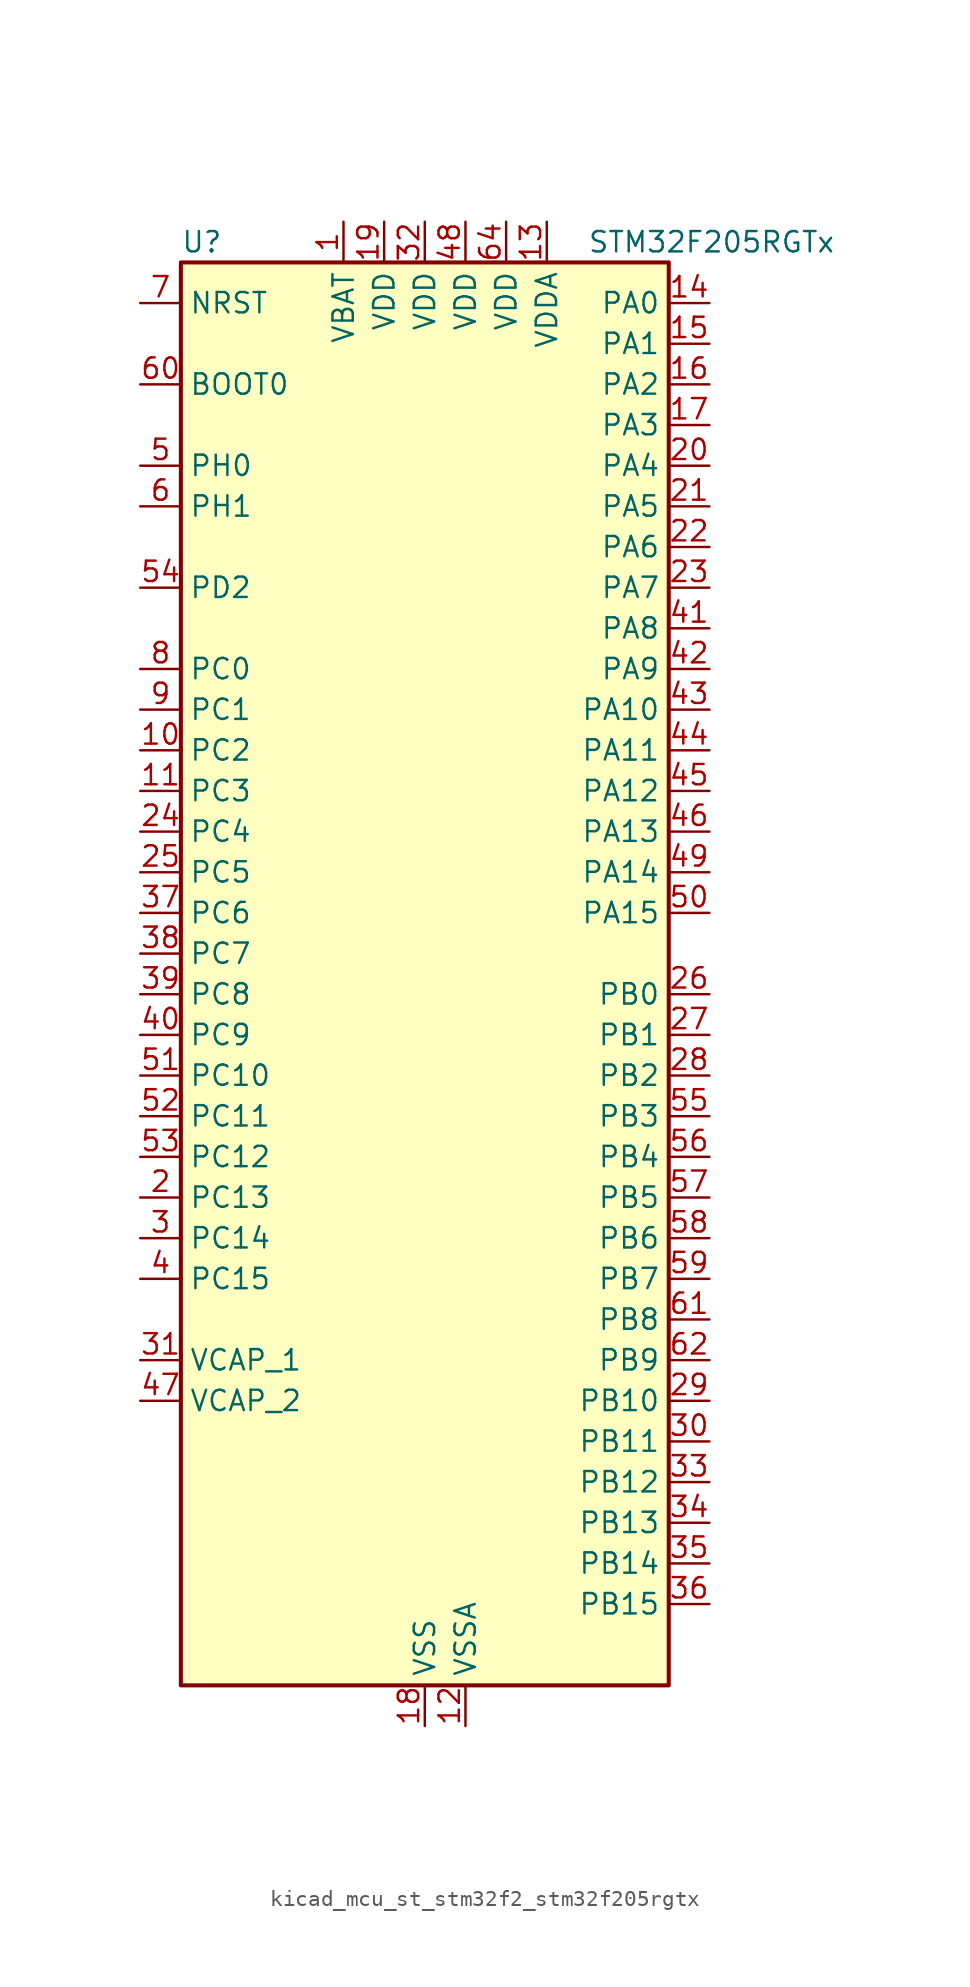
<source format=kicad_sym>
(kicad_symbol_lib
  (version 20220914)
  (generator kicad_symbol_editor)
  (symbol "kicad_mcu_st_stm32f2_stm32f205rgtx"
    (property "Reference" "U"
      (at -15.24 46.99 0)
      (effects (font (size 1.27 1.27)) (justify left)))
    (property "Value" "STM32F205RGTx"
      (at 10.16 46.99 0)
      (effects (font (size 1.27 1.27)) (justify left)))
    (property "ki_locked" ""
      (at 0 0 0)
      (effects (font (size 1.27 1.27))))
    (symbol "kicad_mcu_st_stm32f2_stm32f205rgtx_0_1"
      (rectangle (start -15.24 -43.18) (end 15.24 45.72) (stroke (width 0.254) (type default)) (fill (type background))))
    (symbol "kicad_mcu_st_stm32f2_stm32f205rgtx_1_1"
      (pin power_in line (at -5.08 48.26 270) (length 2.54) (name "VBAT" (effects (font (size 1.27 1.27)))) (number "1" (effects (font (size 1.27 1.27)))))
      (pin bidirectional line (at -17.78 15.24 0) (length 2.54) (name "PC2" (effects (font (size 1.27 1.27)))) (number "10" (effects (font (size 1.27 1.27)))) (alternate "ADC1_IN12" bidirectional line) (alternate "ADC2_IN12" bidirectional line) (alternate "ADC3_IN12" bidirectional line) (alternate "SPI2_MISO" bidirectional line) (alternate "USB_OTG_HS_ULPI_DIR" bidirectional line))
      (pin bidirectional line (at -17.78 12.7 0) (length 2.54) (name "PC3" (effects (font (size 1.27 1.27)))) (number "11" (effects (font (size 1.27 1.27)))) (alternate "ADC1_IN13" bidirectional line) (alternate "ADC2_IN13" bidirectional line) (alternate "ADC3_IN13" bidirectional line) (alternate "I2S2_SD" bidirectional line) (alternate "SPI2_MOSI" bidirectional line) (alternate "USB_OTG_HS_ULPI_NXT" bidirectional line))
      (pin power_in line (at 2.54 -45.72 90) (length 2.54) (name "VSSA" (effects (font (size 1.27 1.27)))) (number "12" (effects (font (size 1.27 1.27)))))
      (pin power_in line (at 7.62 48.26 270) (length 2.54) (name "VDDA" (effects (font (size 1.27 1.27)))) (number "13" (effects (font (size 1.27 1.27)))))
      (pin bidirectional line (at 17.78 43.18 180) (length 2.54) (name "PA0" (effects (font (size 1.27 1.27)))) (number "14" (effects (font (size 1.27 1.27)))) (alternate "ADC1_IN0" bidirectional line) (alternate "ADC2_IN0" bidirectional line) (alternate "ADC3_IN0" bidirectional line) (alternate "SYS_WKUP" bidirectional line) (alternate "TIM2_CH1" bidirectional line) (alternate "TIM2_ETR" bidirectional line) (alternate "TIM5_CH1" bidirectional line) (alternate "TIM8_ETR" bidirectional line) (alternate "UART4_TX" bidirectional line) (alternate "USART2_CTS" bidirectional line))
      (pin bidirectional line (at 17.78 40.64 180) (length 2.54) (name "PA1" (effects (font (size 1.27 1.27)))) (number "15" (effects (font (size 1.27 1.27)))) (alternate "ADC1_IN1" bidirectional line) (alternate "ADC2_IN1" bidirectional line) (alternate "ADC3_IN1" bidirectional line) (alternate "TIM2_CH2" bidirectional line) (alternate "TIM5_CH2" bidirectional line) (alternate "UART4_RX" bidirectional line) (alternate "USART2_RTS" bidirectional line))
      (pin bidirectional line (at 17.78 38.1 180) (length 2.54) (name "PA2" (effects (font (size 1.27 1.27)))) (number "16" (effects (font (size 1.27 1.27)))) (alternate "ADC1_IN2" bidirectional line) (alternate "ADC2_IN2" bidirectional line) (alternate "ADC3_IN2" bidirectional line) (alternate "TIM2_CH3" bidirectional line) (alternate "TIM5_CH3" bidirectional line) (alternate "TIM9_CH1" bidirectional line) (alternate "USART2_TX" bidirectional line))
      (pin bidirectional line (at 17.78 35.56 180) (length 2.54) (name "PA3" (effects (font (size 1.27 1.27)))) (number "17" (effects (font (size 1.27 1.27)))) (alternate "ADC1_IN3" bidirectional line) (alternate "ADC2_IN3" bidirectional line) (alternate "ADC3_IN3" bidirectional line) (alternate "TIM2_CH4" bidirectional line) (alternate "TIM5_CH4" bidirectional line) (alternate "TIM9_CH2" bidirectional line) (alternate "USART2_RX" bidirectional line) (alternate "USB_OTG_HS_ULPI_D0" bidirectional line))
      (pin power_in line (at 0 -45.72 90) (length 2.54) (name "VSS" (effects (font (size 1.27 1.27)))) (number "18" (effects (font (size 1.27 1.27)))))
      (pin power_in line (at -2.54 48.26 270) (length 2.54) (name "VDD" (effects (font (size 1.27 1.27)))) (number "19" (effects (font (size 1.27 1.27)))))
      (pin bidirectional line (at -17.78 -12.7 0) (length 2.54) (name "PC13" (effects (font (size 1.27 1.27)))) (number "2" (effects (font (size 1.27 1.27)))) (alternate "RTC_AF1" bidirectional line))
      (pin bidirectional line (at 17.78 33.02 180) (length 2.54) (name "PA4" (effects (font (size 1.27 1.27)))) (number "20" (effects (font (size 1.27 1.27)))) (alternate "ADC1_IN4" bidirectional line) (alternate "ADC2_IN4" bidirectional line) (alternate "DAC_OUT1" bidirectional line) (alternate "I2S3_WS" bidirectional line) (alternate "SPI1_NSS" bidirectional line) (alternate "SPI3_NSS" bidirectional line) (alternate "USART2_CK" bidirectional line) (alternate "USB_OTG_HS_SOF" bidirectional line))
      (pin bidirectional line (at 17.78 30.48 180) (length 2.54) (name "PA5" (effects (font (size 1.27 1.27)))) (number "21" (effects (font (size 1.27 1.27)))) (alternate "ADC1_IN5" bidirectional line) (alternate "ADC2_IN5" bidirectional line) (alternate "DAC_OUT2" bidirectional line) (alternate "SPI1_SCK" bidirectional line) (alternate "TIM2_CH1" bidirectional line) (alternate "TIM2_ETR" bidirectional line) (alternate "TIM8_CH1N" bidirectional line) (alternate "USB_OTG_HS_ULPI_CK" bidirectional line))
      (pin bidirectional line (at 17.78 27.94 180) (length 2.54) (name "PA6" (effects (font (size 1.27 1.27)))) (number "22" (effects (font (size 1.27 1.27)))) (alternate "ADC1_IN6" bidirectional line) (alternate "ADC2_IN6" bidirectional line) (alternate "SPI1_MISO" bidirectional line) (alternate "TIM13_CH1" bidirectional line) (alternate "TIM1_BKIN" bidirectional line) (alternate "TIM3_CH1" bidirectional line) (alternate "TIM8_BKIN" bidirectional line))
      (pin bidirectional line (at 17.78 25.4 180) (length 2.54) (name "PA7" (effects (font (size 1.27 1.27)))) (number "23" (effects (font (size 1.27 1.27)))) (alternate "ADC1_IN7" bidirectional line) (alternate "ADC2_IN7" bidirectional line) (alternate "SPI1_MOSI" bidirectional line) (alternate "TIM14_CH1" bidirectional line) (alternate "TIM1_CH1N" bidirectional line) (alternate "TIM3_CH2" bidirectional line) (alternate "TIM8_CH1N" bidirectional line))
      (pin bidirectional line (at -17.78 10.16 0) (length 2.54) (name "PC4" (effects (font (size 1.27 1.27)))) (number "24" (effects (font (size 1.27 1.27)))) (alternate "ADC1_IN14" bidirectional line) (alternate "ADC2_IN14" bidirectional line))
      (pin bidirectional line (at -17.78 7.62 0) (length 2.54) (name "PC5" (effects (font (size 1.27 1.27)))) (number "25" (effects (font (size 1.27 1.27)))) (alternate "ADC1_IN15" bidirectional line) (alternate "ADC2_IN15" bidirectional line))
      (pin bidirectional line (at 17.78 0 180) (length 2.54) (name "PB0" (effects (font (size 1.27 1.27)))) (number "26" (effects (font (size 1.27 1.27)))) (alternate "ADC1_IN8" bidirectional line) (alternate "ADC2_IN8" bidirectional line) (alternate "TIM1_CH2N" bidirectional line) (alternate "TIM3_CH3" bidirectional line) (alternate "TIM8_CH2N" bidirectional line) (alternate "USB_OTG_HS_ULPI_D1" bidirectional line))
      (pin bidirectional line (at 17.78 -2.54 180) (length 2.54) (name "PB1" (effects (font (size 1.27 1.27)))) (number "27" (effects (font (size 1.27 1.27)))) (alternate "ADC1_IN9" bidirectional line) (alternate "ADC2_IN9" bidirectional line) (alternate "TIM1_CH3N" bidirectional line) (alternate "TIM3_CH4" bidirectional line) (alternate "TIM8_CH3N" bidirectional line) (alternate "USB_OTG_HS_ULPI_D2" bidirectional line))
      (pin bidirectional line (at 17.78 -5.08 180) (length 2.54) (name "PB2" (effects (font (size 1.27 1.27)))) (number "28" (effects (font (size 1.27 1.27)))))
      (pin bidirectional line (at 17.78 -25.4 180) (length 2.54) (name "PB10" (effects (font (size 1.27 1.27)))) (number "29" (effects (font (size 1.27 1.27)))) (alternate "I2C2_SCL" bidirectional line) (alternate "I2S2_SCK" bidirectional line) (alternate "SPI2_SCK" bidirectional line) (alternate "TIM2_CH3" bidirectional line) (alternate "USART3_TX" bidirectional line) (alternate "USB_OTG_HS_ULPI_D3" bidirectional line))
      (pin bidirectional line (at -17.78 -15.24 0) (length 2.54) (name "PC14" (effects (font (size 1.27 1.27)))) (number "3" (effects (font (size 1.27 1.27)))) (alternate "RCC_OSC32_IN" bidirectional line))
      (pin bidirectional line (at 17.78 -27.94 180) (length 2.54) (name "PB11" (effects (font (size 1.27 1.27)))) (number "30" (effects (font (size 1.27 1.27)))) (alternate "ADC1_EXTI11" bidirectional line) (alternate "ADC2_EXTI11" bidirectional line) (alternate "ADC3_EXTI11" bidirectional line) (alternate "I2C2_SDA" bidirectional line) (alternate "TIM2_CH4" bidirectional line) (alternate "USART3_RX" bidirectional line) (alternate "USB_OTG_HS_ULPI_D4" bidirectional line))
      (pin power_out line (at -17.78 -22.86 0) (length 2.54) (name "VCAP_1" (effects (font (size 1.27 1.27)))) (number "31" (effects (font (size 1.27 1.27)))))
      (pin power_in line (at 0 48.26 270) (length 2.54) (name "VDD" (effects (font (size 1.27 1.27)))) (number "32" (effects (font (size 1.27 1.27)))))
      (pin bidirectional line (at 17.78 -30.48 180) (length 2.54) (name "PB12" (effects (font (size 1.27 1.27)))) (number "33" (effects (font (size 1.27 1.27)))) (alternate "CAN2_RX" bidirectional line) (alternate "I2C2_SMBA" bidirectional line) (alternate "I2S2_WS" bidirectional line) (alternate "SPI2_NSS" bidirectional line) (alternate "TIM1_BKIN" bidirectional line) (alternate "USART3_CK" bidirectional line) (alternate "USB_OTG_HS_ID" bidirectional line) (alternate "USB_OTG_HS_ULPI_D5" bidirectional line))
      (pin bidirectional line (at 17.78 -33.02 180) (length 2.54) (name "PB13" (effects (font (size 1.27 1.27)))) (number "34" (effects (font (size 1.27 1.27)))) (alternate "CAN2_TX" bidirectional line) (alternate "I2S2_SCK" bidirectional line) (alternate "SPI2_SCK" bidirectional line) (alternate "TIM1_CH1N" bidirectional line) (alternate "USART3_CTS" bidirectional line) (alternate "USB_OTG_HS_ULPI_D6" bidirectional line) (alternate "USB_OTG_HS_VBUS" bidirectional line))
      (pin bidirectional line (at 17.78 -35.56 180) (length 2.54) (name "PB14" (effects (font (size 1.27 1.27)))) (number "35" (effects (font (size 1.27 1.27)))) (alternate "SPI2_MISO" bidirectional line) (alternate "TIM12_CH1" bidirectional line) (alternate "TIM1_CH2N" bidirectional line) (alternate "TIM8_CH2N" bidirectional line) (alternate "USART3_RTS" bidirectional line) (alternate "USB_OTG_HS_DM" bidirectional line))
      (pin bidirectional line (at 17.78 -38.1 180) (length 2.54) (name "PB15" (effects (font (size 1.27 1.27)))) (number "36" (effects (font (size 1.27 1.27)))) (alternate "ADC1_EXTI15" bidirectional line) (alternate "ADC2_EXTI15" bidirectional line) (alternate "ADC3_EXTI15" bidirectional line) (alternate "I2S2_SD" bidirectional line) (alternate "RTC_REFIN" bidirectional line) (alternate "SPI2_MOSI" bidirectional line) (alternate "TIM12_CH2" bidirectional line) (alternate "TIM1_CH3N" bidirectional line) (alternate "TIM8_CH3N" bidirectional line) (alternate "USB_OTG_HS_DP" bidirectional line))
      (pin bidirectional line (at -17.78 5.08 0) (length 2.54) (name "PC6" (effects (font (size 1.27 1.27)))) (number "37" (effects (font (size 1.27 1.27)))) (alternate "I2S2_MCK" bidirectional line) (alternate "SDIO_D6" bidirectional line) (alternate "TIM3_CH1" bidirectional line) (alternate "TIM8_CH1" bidirectional line) (alternate "USART6_TX" bidirectional line))
      (pin bidirectional line (at -17.78 2.54 0) (length 2.54) (name "PC7" (effects (font (size 1.27 1.27)))) (number "38" (effects (font (size 1.27 1.27)))) (alternate "I2S3_MCK" bidirectional line) (alternate "SDIO_D7" bidirectional line) (alternate "TIM3_CH2" bidirectional line) (alternate "TIM8_CH2" bidirectional line) (alternate "USART6_RX" bidirectional line))
      (pin bidirectional line (at -17.78 0 0) (length 2.54) (name "PC8" (effects (font (size 1.27 1.27)))) (number "39" (effects (font (size 1.27 1.27)))) (alternate "SDIO_D0" bidirectional line) (alternate "TIM3_CH3" bidirectional line) (alternate "TIM8_CH3" bidirectional line) (alternate "USART6_CK" bidirectional line))
      (pin bidirectional line (at -17.78 -17.78 0) (length 2.54) (name "PC15" (effects (font (size 1.27 1.27)))) (number "4" (effects (font (size 1.27 1.27)))) (alternate "ADC1_EXTI15" bidirectional line) (alternate "ADC2_EXTI15" bidirectional line) (alternate "ADC3_EXTI15" bidirectional line) (alternate "RCC_OSC32_OUT" bidirectional line))
      (pin bidirectional line (at -17.78 -2.54 0) (length 2.54) (name "PC9" (effects (font (size 1.27 1.27)))) (number "40" (effects (font (size 1.27 1.27)))) (alternate "DAC_EXTI9" bidirectional line) (alternate "I2C3_SDA" bidirectional line) (alternate "I2S_CKIN" bidirectional line) (alternate "RCC_MCO_2" bidirectional line) (alternate "SDIO_D1" bidirectional line) (alternate "TIM3_CH4" bidirectional line) (alternate "TIM8_CH4" bidirectional line))
      (pin bidirectional line (at 17.78 22.86 180) (length 2.54) (name "PA8" (effects (font (size 1.27 1.27)))) (number "41" (effects (font (size 1.27 1.27)))) (alternate "I2C3_SCL" bidirectional line) (alternate "RCC_MCO_1" bidirectional line) (alternate "TIM1_CH1" bidirectional line) (alternate "USART1_CK" bidirectional line) (alternate "USB_OTG_FS_SOF" bidirectional line))
      (pin bidirectional line (at 17.78 20.32 180) (length 2.54) (name "PA9" (effects (font (size 1.27 1.27)))) (number "42" (effects (font (size 1.27 1.27)))) (alternate "DAC_EXTI9" bidirectional line) (alternate "I2C3_SMBA" bidirectional line) (alternate "TIM1_CH2" bidirectional line) (alternate "USART1_TX" bidirectional line) (alternate "USB_OTG_FS_VBUS" bidirectional line))
      (pin bidirectional line (at 17.78 17.78 180) (length 2.54) (name "PA10" (effects (font (size 1.27 1.27)))) (number "43" (effects (font (size 1.27 1.27)))) (alternate "TIM1_CH3" bidirectional line) (alternate "USART1_RX" bidirectional line) (alternate "USB_OTG_FS_ID" bidirectional line))
      (pin bidirectional line (at 17.78 15.24 180) (length 2.54) (name "PA11" (effects (font (size 1.27 1.27)))) (number "44" (effects (font (size 1.27 1.27)))) (alternate "ADC1_EXTI11" bidirectional line) (alternate "ADC2_EXTI11" bidirectional line) (alternate "ADC3_EXTI11" bidirectional line) (alternate "CAN1_RX" bidirectional line) (alternate "TIM1_CH4" bidirectional line) (alternate "USART1_CTS" bidirectional line) (alternate "USB_OTG_FS_DM" bidirectional line))
      (pin bidirectional line (at 17.78 12.7 180) (length 2.54) (name "PA12" (effects (font (size 1.27 1.27)))) (number "45" (effects (font (size 1.27 1.27)))) (alternate "CAN1_TX" bidirectional line) (alternate "TIM1_ETR" bidirectional line) (alternate "USART1_RTS" bidirectional line) (alternate "USB_OTG_FS_DP" bidirectional line))
      (pin bidirectional line (at 17.78 10.16 180) (length 2.54) (name "PA13" (effects (font (size 1.27 1.27)))) (number "46" (effects (font (size 1.27 1.27)))) (alternate "SYS_JTMS-SWDIO" bidirectional line))
      (pin power_out line (at -17.78 -25.4 0) (length 2.54) (name "VCAP_2" (effects (font (size 1.27 1.27)))) (number "47" (effects (font (size 1.27 1.27)))))
      (pin power_in line (at 2.54 48.26 270) (length 2.54) (name "VDD" (effects (font (size 1.27 1.27)))) (number "48" (effects (font (size 1.27 1.27)))))
      (pin bidirectional line (at 17.78 7.62 180) (length 2.54) (name "PA14" (effects (font (size 1.27 1.27)))) (number "49" (effects (font (size 1.27 1.27)))) (alternate "SYS_JTCK-SWCLK" bidirectional line))
      (pin bidirectional line (at -17.78 33.02 0) (length 2.54) (name "PH0" (effects (font (size 1.27 1.27)))) (number "5" (effects (font (size 1.27 1.27)))) (alternate "RCC_OSC_IN" bidirectional line))
      (pin bidirectional line (at 17.78 5.08 180) (length 2.54) (name "PA15" (effects (font (size 1.27 1.27)))) (number "50" (effects (font (size 1.27 1.27)))) (alternate "ADC1_EXTI15" bidirectional line) (alternate "ADC2_EXTI15" bidirectional line) (alternate "ADC3_EXTI15" bidirectional line) (alternate "I2S3_WS" bidirectional line) (alternate "SPI1_NSS" bidirectional line) (alternate "SPI3_NSS" bidirectional line) (alternate "SYS_JTDI" bidirectional line) (alternate "TIM2_CH1" bidirectional line) (alternate "TIM2_ETR" bidirectional line))
      (pin bidirectional line (at -17.78 -5.08 0) (length 2.54) (name "PC10" (effects (font (size 1.27 1.27)))) (number "51" (effects (font (size 1.27 1.27)))) (alternate "I2S3_SCK" bidirectional line) (alternate "SDIO_D2" bidirectional line) (alternate "SPI3_SCK" bidirectional line) (alternate "UART4_TX" bidirectional line) (alternate "USART3_TX" bidirectional line))
      (pin bidirectional line (at -17.78 -7.62 0) (length 2.54) (name "PC11" (effects (font (size 1.27 1.27)))) (number "52" (effects (font (size 1.27 1.27)))) (alternate "ADC1_EXTI11" bidirectional line) (alternate "ADC2_EXTI11" bidirectional line) (alternate "ADC3_EXTI11" bidirectional line) (alternate "SDIO_D3" bidirectional line) (alternate "SPI3_MISO" bidirectional line) (alternate "UART4_RX" bidirectional line) (alternate "USART3_RX" bidirectional line))
      (pin bidirectional line (at -17.78 -10.16 0) (length 2.54) (name "PC12" (effects (font (size 1.27 1.27)))) (number "53" (effects (font (size 1.27 1.27)))) (alternate "I2S3_SD" bidirectional line) (alternate "SDIO_CK" bidirectional line) (alternate "SPI3_MOSI" bidirectional line) (alternate "UART5_TX" bidirectional line) (alternate "USART3_CK" bidirectional line))
      (pin bidirectional line (at -17.78 25.4 0) (length 2.54) (name "PD2" (effects (font (size 1.27 1.27)))) (number "54" (effects (font (size 1.27 1.27)))) (alternate "SDIO_CMD" bidirectional line) (alternate "TIM3_ETR" bidirectional line) (alternate "UART5_RX" bidirectional line))
      (pin bidirectional line (at 17.78 -7.62 180) (length 2.54) (name "PB3" (effects (font (size 1.27 1.27)))) (number "55" (effects (font (size 1.27 1.27)))) (alternate "I2S3_SCK" bidirectional line) (alternate "SPI1_SCK" bidirectional line) (alternate "SPI3_SCK" bidirectional line) (alternate "SYS_JTDO-SWO" bidirectional line) (alternate "TIM2_CH2" bidirectional line))
      (pin bidirectional line (at 17.78 -10.16 180) (length 2.54) (name "PB4" (effects (font (size 1.27 1.27)))) (number "56" (effects (font (size 1.27 1.27)))) (alternate "SPI1_MISO" bidirectional line) (alternate "SPI3_MISO" bidirectional line) (alternate "SYS_JTRST" bidirectional line) (alternate "TIM3_CH1" bidirectional line))
      (pin bidirectional line (at 17.78 -12.7 180) (length 2.54) (name "PB5" (effects (font (size 1.27 1.27)))) (number "57" (effects (font (size 1.27 1.27)))) (alternate "CAN2_RX" bidirectional line) (alternate "I2C1_SMBA" bidirectional line) (alternate "I2S3_SD" bidirectional line) (alternate "SPI1_MOSI" bidirectional line) (alternate "SPI3_MOSI" bidirectional line) (alternate "TIM3_CH2" bidirectional line) (alternate "USB_OTG_HS_ULPI_D7" bidirectional line))
      (pin bidirectional line (at 17.78 -15.24 180) (length 2.54) (name "PB6" (effects (font (size 1.27 1.27)))) (number "58" (effects (font (size 1.27 1.27)))) (alternate "CAN2_TX" bidirectional line) (alternate "I2C1_SCL" bidirectional line) (alternate "TIM4_CH1" bidirectional line) (alternate "USART1_TX" bidirectional line))
      (pin bidirectional line (at 17.78 -17.78 180) (length 2.54) (name "PB7" (effects (font (size 1.27 1.27)))) (number "59" (effects (font (size 1.27 1.27)))) (alternate "I2C1_SDA" bidirectional line) (alternate "TIM4_CH2" bidirectional line) (alternate "USART1_RX" bidirectional line))
      (pin bidirectional line (at -17.78 30.48 0) (length 2.54) (name "PH1" (effects (font (size 1.27 1.27)))) (number "6" (effects (font (size 1.27 1.27)))) (alternate "RCC_OSC_OUT" bidirectional line))
      (pin input line (at -17.78 38.1 0) (length 2.54) (name "BOOT0" (effects (font (size 1.27 1.27)))) (number "60" (effects (font (size 1.27 1.27)))))
      (pin bidirectional line (at 17.78 -20.32 180) (length 2.54) (name "PB8" (effects (font (size 1.27 1.27)))) (number "61" (effects (font (size 1.27 1.27)))) (alternate "CAN1_RX" bidirectional line) (alternate "I2C1_SCL" bidirectional line) (alternate "SDIO_D4" bidirectional line) (alternate "TIM10_CH1" bidirectional line) (alternate "TIM4_CH3" bidirectional line))
      (pin bidirectional line (at 17.78 -22.86 180) (length 2.54) (name "PB9" (effects (font (size 1.27 1.27)))) (number "62" (effects (font (size 1.27 1.27)))) (alternate "CAN1_TX" bidirectional line) (alternate "DAC_EXTI9" bidirectional line) (alternate "I2C1_SDA" bidirectional line) (alternate "I2S2_WS" bidirectional line) (alternate "SDIO_D5" bidirectional line) (alternate "SPI2_NSS" bidirectional line) (alternate "TIM11_CH1" bidirectional line) (alternate "TIM4_CH4" bidirectional line))
      (pin passive line (at 0 -45.72 90) (length 2.54) hide (name "VSS" (effects (font (size 1.27 1.27)))) (number "63" (effects (font (size 1.27 1.27)))))
      (pin power_in line (at 5.08 48.26 270) (length 2.54) (name "VDD" (effects (font (size 1.27 1.27)))) (number "64" (effects (font (size 1.27 1.27)))))
      (pin input line (at -17.78 43.18 0) (length 2.54) (name "NRST" (effects (font (size 1.27 1.27)))) (number "7" (effects (font (size 1.27 1.27)))))
      (pin bidirectional line (at -17.78 20.32 0) (length 2.54) (name "PC0" (effects (font (size 1.27 1.27)))) (number "8" (effects (font (size 1.27 1.27)))) (alternate "ADC1_IN10" bidirectional line) (alternate "ADC2_IN10" bidirectional line) (alternate "ADC3_IN10" bidirectional line) (alternate "USB_OTG_HS_ULPI_STP" bidirectional line))
      (pin bidirectional line (at -17.78 17.78 0) (length 2.54) (name "PC1" (effects (font (size 1.27 1.27)))) (number "9" (effects (font (size 1.27 1.27)))) (alternate "ADC1_IN11" bidirectional line) (alternate "ADC2_IN11" bidirectional line) (alternate "ADC3_IN11" bidirectional line)))))
</source>
